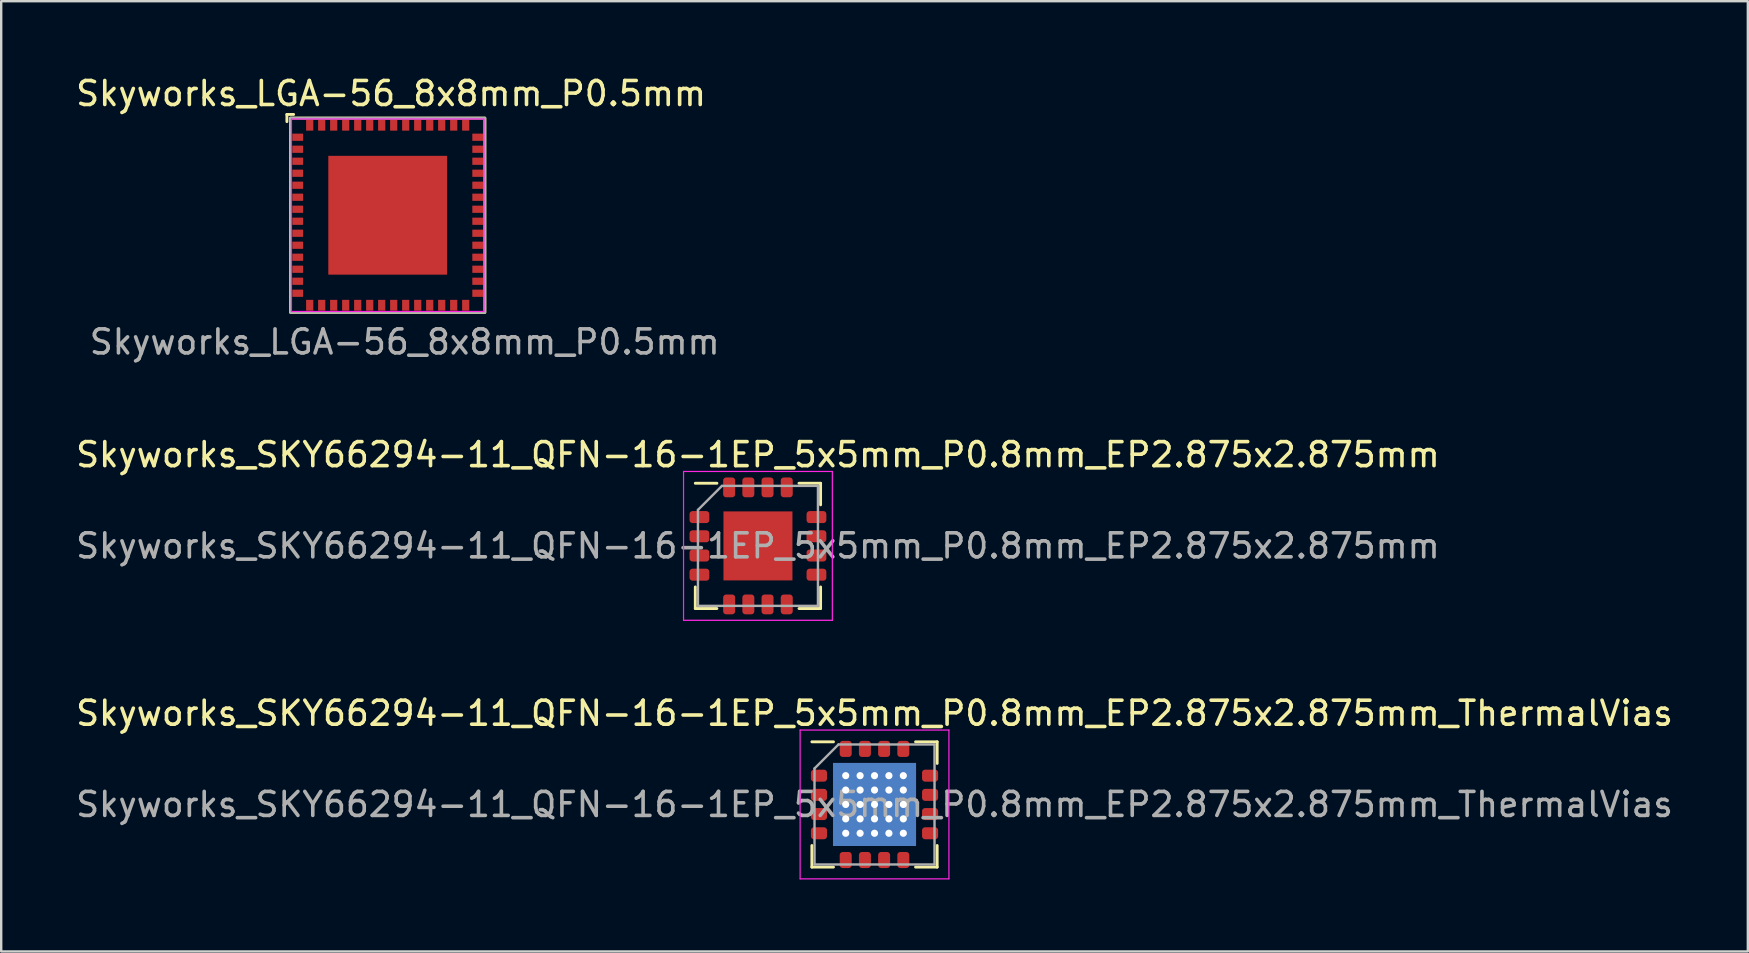
<source format=kicad_pcb>
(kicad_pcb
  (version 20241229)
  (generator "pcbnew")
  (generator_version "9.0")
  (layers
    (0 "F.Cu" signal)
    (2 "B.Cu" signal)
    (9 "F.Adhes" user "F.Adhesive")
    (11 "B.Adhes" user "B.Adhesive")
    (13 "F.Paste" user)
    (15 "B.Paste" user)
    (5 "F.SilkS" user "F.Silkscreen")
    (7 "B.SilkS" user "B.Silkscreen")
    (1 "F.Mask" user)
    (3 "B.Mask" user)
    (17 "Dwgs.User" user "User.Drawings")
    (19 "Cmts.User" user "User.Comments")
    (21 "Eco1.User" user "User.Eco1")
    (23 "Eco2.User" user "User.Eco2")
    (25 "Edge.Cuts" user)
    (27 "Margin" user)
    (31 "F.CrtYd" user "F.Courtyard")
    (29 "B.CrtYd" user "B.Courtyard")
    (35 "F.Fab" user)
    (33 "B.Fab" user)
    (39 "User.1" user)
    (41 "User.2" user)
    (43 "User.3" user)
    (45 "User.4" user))
  (footprint "Skyworks_SKY66294-11_QFN-16-1EP_5x5mm_P0.8mm_EP2.875x2.875mm_ThermalVias"
    (layer "F.Cu")
    (at 33.387 30.468)
    (property "Reference" "Skyworks_SKY66294-11_QFN-16-1EP_5x5mm_P0.8mm_EP2.875x2.875mm_ThermalVias" (at 0 -3.8 0) (layer "F.SilkS") (effects (font (size 1 1) (thickness 0.15))))
    (attr smd)
    (fp_line (start -2.61 2.61) (end -2.61 1.71) (stroke (width 0.12) (type solid)) (layer "F.SilkS"))
    (fp_line (start -1.71 -2.61) (end -2.61 -2.61) (stroke (width 0.12) (type solid)) (layer "F.SilkS"))
    (fp_line (start -1.71 2.61) (end -2.61 2.61) (stroke (width 0.12) (type solid)) (layer "F.SilkS"))
    (fp_line (start 1.71 -2.61) (end 2.61 -2.61) (stroke (width 0.12) (type solid)) (layer "F.SilkS"))
    (fp_line (start 1.71 2.61) (end 2.61 2.61) (stroke (width 0.12) (type solid)) (layer "F.SilkS"))
    (fp_line (start 2.61 -2.61) (end 2.61 -1.71) (stroke (width 0.12) (type solid)) (layer "F.SilkS"))
    (fp_line (start 2.61 2.61) (end 2.61 1.71) (stroke (width 0.12) (type solid)) (layer "F.SilkS"))
    (fp_line (start -3.1 -3.1) (end -3.1 3.1) (stroke (width 0.05) (type solid)) (layer "F.CrtYd"))
    (fp_line (start -3.1 3.1) (end 3.1 3.1) (stroke (width 0.05) (type solid)) (layer "F.CrtYd"))
    (fp_line (start 3.1 -3.1) (end -3.1 -3.1) (stroke (width 0.05) (type solid)) (layer "F.CrtYd"))
    (fp_line (start 3.1 3.1) (end 3.1 -3.1) (stroke (width 0.05) (type solid)) (layer "F.CrtYd"))
    (fp_line (start -2.5 -1.5) (end -1.5 -2.5) (stroke (width 0.1) (type solid)) (layer "F.Fab"))
    (fp_line (start -2.5 2.5) (end -2.5 -1.5) (stroke (width 0.1) (type solid)) (layer "F.Fab"))
    (fp_line (start -1.5 -2.5) (end 2.5 -2.5) (stroke (width 0.1) (type solid)) (layer "F.Fab"))
    (fp_line (start 2.5 -2.5) (end 2.5 2.5) (stroke (width 0.1) (type solid)) (layer "F.Fab"))
    (fp_line (start 2.5 2.5) (end -2.5 2.5) (stroke (width 0.1) (type solid)) (layer "F.Fab"))
    (fp_text user "${REFERENCE}" (at 0 0 0) (layer "F.Fab") (effects (font (size 1 1) (thickness 0.15))))
    (pad "" smd roundrect (at -0.96 -0.96) (size 0.86 0.86) (layers "F.Paste") (roundrect_rratio 0.25))
    (pad "" smd roundrect (at -0.96 0) (size 0.86 0.86) (layers "F.Paste") (roundrect_rratio 0.25))
    (pad "" smd roundrect (at -0.96 0.96) (size 0.86 0.86) (layers "F.Paste") (roundrect_rratio 0.25))
    (pad "" smd roundrect (at 0 -0.96) (size 0.86 0.86) (layers "F.Paste") (roundrect_rratio 0.25))
    (pad "" smd roundrect (at 0 0) (size 0.86 0.86) (layers "F.Paste") (roundrect_rratio 0.25))
    (pad "" smd roundrect (at 0 0.96) (size 0.86 0.86) (layers "F.Paste") (roundrect_rratio 0.25))
    (pad "" smd roundrect (at 0.96 -0.96) (size 0.86 0.86) (layers "F.Paste") (roundrect_rratio 0.25))
    (pad "" smd roundrect (at 0.96 0) (size 0.86 0.86) (layers "F.Paste") (roundrect_rratio 0.25))
    (pad "" smd roundrect (at 0.96 0.96) (size 0.86 0.86) (layers "F.Paste") (roundrect_rratio 0.25))
    (pad "1" smd roundrect (at -2.315 -1.2) (size 0.67 0.5) (layers "F.Cu" "F.Mask" "F.Paste") (roundrect_rratio 0.25))
    (pad "2" smd roundrect (at -2.315 -0.4) (size 0.67 0.5) (layers "F.Cu" "F.Mask" "F.Paste") (roundrect_rratio 0.25))
    (pad "3" smd roundrect (at -2.315 0.4) (size 0.67 0.5) (layers "F.Cu" "F.Mask" "F.Paste") (roundrect_rratio 0.25))
    (pad "4" smd roundrect (at -2.315 1.2) (size 0.67 0.5) (layers "F.Cu" "F.Mask" "F.Paste") (roundrect_rratio 0.25))
    (pad "5" smd roundrect (at -1.2 2.315) (size 0.5 0.67) (layers "F.Cu" "F.Mask" "F.Paste") (roundrect_rratio 0.25))
    (pad "6" smd roundrect (at -0.4 2.315) (size 0.5 0.67) (layers "F.Cu" "F.Mask" "F.Paste") (roundrect_rratio 0.25))
    (pad "7" smd roundrect (at 0.4 2.315) (size 0.5 0.67) (layers "F.Cu" "F.Mask" "F.Paste") (roundrect_rratio 0.25))
    (pad "8" smd roundrect (at 1.2 2.315) (size 0.5 0.67) (layers "F.Cu" "F.Mask" "F.Paste") (roundrect_rratio 0.25))
    (pad "9" smd roundrect (at 2.315 1.2) (size 0.67 0.5) (layers "F.Cu" "F.Mask" "F.Paste") (roundrect_rratio 0.25))
    (pad "10" smd roundrect (at 2.315 0.4) (size 0.67 0.5) (layers "F.Cu" "F.Mask" "F.Paste") (roundrect_rratio 0.25))
    (pad "11" smd roundrect (at 2.315 -0.4) (size 0.67 0.5) (layers "F.Cu" "F.Mask" "F.Paste") (roundrect_rratio 0.25))
    (pad "12" smd roundrect (at 2.315 -1.2) (size 0.67 0.5) (layers "F.Cu" "F.Mask" "F.Paste") (roundrect_rratio 0.25))
    (pad "13" smd roundrect (at 1.2 -2.315) (size 0.5 0.67) (layers "F.Cu" "F.Mask" "F.Paste") (roundrect_rratio 0.25))
    (pad "14" smd roundrect (at 0.4 -2.315) (size 0.5 0.67) (layers "F.Cu" "F.Mask" "F.Paste") (roundrect_rratio 0.25))
    (pad "15" smd roundrect (at -0.4 -2.315) (size 0.5 0.67) (layers "F.Cu" "F.Mask" "F.Paste") (roundrect_rratio 0.25))
    (pad "16" smd roundrect (at -1.2 -2.315) (size 0.5 0.67) (layers "F.Cu" "F.Mask" "F.Paste") (roundrect_rratio 0.25))
    (pad "17" thru_hole circle (at -1.2 -1.2) (size 0.6 0.6) (drill 0.3) (layers "*.Cu"))
    (pad "17" thru_hole circle (at -1.2 -0.6) (size 0.6 0.6) (drill 0.3) (layers "*.Cu"))
    (pad "17" thru_hole circle (at -1.2 0) (size 0.6 0.6) (drill 0.3) (layers "*.Cu"))
    (pad "17" thru_hole circle (at -1.2 0.6) (size 0.6 0.6) (drill 0.3) (layers "*.Cu"))
    (pad "17" thru_hole circle (at -1.2 1.2) (size 0.6 0.6) (drill 0.3) (layers "*.Cu"))
    (pad "17" thru_hole circle (at -0.6 -1.2) (size 0.6 0.6) (drill 0.3) (layers "*.Cu"))
    (pad "17" thru_hole circle (at -0.6 -0.6) (size 0.6 0.6) (drill 0.3) (layers "*.Cu"))
    (pad "17" thru_hole circle (at -0.6 0) (size 0.6 0.6) (drill 0.3) (layers "*.Cu"))
    (pad "17" thru_hole circle (at -0.6 0.6) (size 0.6 0.6) (drill 0.3) (layers "*.Cu"))
    (pad "17" thru_hole circle (at -0.6 1.2) (size 0.6 0.6) (drill 0.3) (layers "*.Cu"))
    (pad "17" thru_hole circle (at 0 -1.2) (size 0.6 0.6) (drill 0.3) (layers "*.Cu"))
    (pad "17" thru_hole circle (at 0 -0.6) (size 0.6 0.6) (drill 0.3) (layers "*.Cu"))
    (pad "17" thru_hole circle (at 0 0) (size 0.6 0.6) (drill 0.3) (layers "*.Cu"))
    (pad "17" smd rect (at 0 0) (size 3.46 3.46) (layers "F.Cu" "F.Mask"))
    (pad "17" smd rect (at 0 0) (size 3.46 3.46) (layers "B.Cu"))
    (pad "17" thru_hole circle (at 0 0.6) (size 0.6 0.6) (drill 0.3) (layers "*.Cu"))
    (pad "17" thru_hole circle (at 0 1.2) (size 0.6 0.6) (drill 0.3) (layers "*.Cu"))
    (pad "17" thru_hole circle (at 0.6 -1.2) (size 0.6 0.6) (drill 0.3) (layers "*.Cu"))
    (pad "17" thru_hole circle (at 0.6 -0.6) (size 0.6 0.6) (drill 0.3) (layers "*.Cu"))
    (pad "17" thru_hole circle (at 0.6 0) (size 0.6 0.6) (drill 0.3) (layers "*.Cu"))
    (pad "17" thru_hole circle (at 0.6 0.6) (size 0.6 0.6) (drill 0.3) (layers "*.Cu"))
    (pad "17" thru_hole circle (at 0.6 1.2) (size 0.6 0.6) (drill 0.3) (layers "*.Cu"))
    (pad "17" thru_hole circle (at 1.2 -1.2) (size 0.6 0.6) (drill 0.3) (property pad_prop_heatsink) (layers "*.Cu"))
    (pad "17" thru_hole circle (at 1.2 -0.6) (size 0.6 0.6) (drill 0.3) (layers "*.Cu"))
    (pad "17" thru_hole circle (at 1.2 0) (size 0.6 0.6) (drill 0.3) (layers "*.Cu"))
    (pad "17" thru_hole circle (at 1.2 0.6) (size 0.6 0.6) (drill 0.3) (layers "*.Cu"))
    (pad "17" thru_hole circle (at 1.2 1.2) (size 0.6 0.6) (drill 0.3) (layers "*.Cu")))
  (footprint "Skyworks_LGA-56_8x8mm_P0.5mm"
    (layer "F.Cu")
    (at 13.104 5.918)
    (property "Reference" "Skyworks_LGA-56_8x8mm_P0.5mm" (at 0.14 -5.07 0) (unlocked yes) (layer "F.SilkS") (effects (font (size 1 1) (thickness 0.15))))
    (attr smd)
    (fp_line (start -4.2 -4.2) (end -3.92 -4.2) (stroke (width 0.12) (type default)) (layer "F.SilkS"))
    (fp_line (start -4.2 -3.9) (end -4.2 -4.2) (stroke (width 0.12) (type default)) (layer "F.SilkS"))
    (fp_rect (start -4.05 -4.05) (end 4.05 4.05) (stroke (width 0.12) (type default)) (fill no) (layer "F.SilkS"))
    (fp_rect (start -4.01 -4.01) (end 4.01 4.01) (stroke (width 0.05) (type default)) (fill no) (layer "F.CrtYd"))
    (fp_rect (start -4.05 -4.05) (end 4.05 4.05) (stroke (width 0.1) (type default)) (fill no) (layer "F.Fab"))
    (fp_text user "${REFERENCE}" (at 0.71 5.28 0) (unlocked yes) (layer "F.Fab") (effects (font (size 1 1) (thickness 0.15))))
    (pad "1" smd rect (at -3.75 -3.25 90) (size 0.3 0.45) (layers "F.Cu" "F.Mask" "F.Paste"))
    (pad "2" smd rect (at -3.75 -2.75 90) (size 0.3 0.45) (layers "F.Cu" "F.Mask" "F.Paste"))
    (pad "3" smd rect (at -3.75 -2.25 270) (size 0.3 0.45) (layers "F.Cu" "F.Mask" "F.Paste"))
    (pad "4" smd rect (at -3.75 -1.75 90) (size 0.3 0.45) (layers "F.Cu" "F.Mask" "F.Paste"))
    (pad "5" smd rect (at -3.75 -1.25 90) (size 0.3 0.45) (layers "F.Cu" "F.Mask" "F.Paste"))
    (pad "6" smd rect (at -3.75 -0.75 90) (size 0.3 0.45) (layers "F.Cu" "F.Mask" "F.Paste"))
    (pad "7" smd rect (at -3.75 -0.25 90) (size 0.3 0.45) (layers "F.Cu" "F.Mask" "F.Paste"))
    (pad "8" smd rect (at -3.75 0.25 90) (size 0.3 0.45) (layers "F.Cu" "F.Mask" "F.Paste"))
    (pad "9" smd rect (at -3.75 0.75 90) (size 0.3 0.45) (layers "F.Cu" "F.Mask" "F.Paste"))
    (pad "10" smd rect (at -3.75 1.25 90) (size 0.3 0.45) (layers "F.Cu" "F.Mask" "F.Paste"))
    (pad "11" smd rect (at -3.75 1.75 90) (size 0.3 0.45) (layers "F.Cu" "F.Mask" "F.Paste"))
    (pad "12" smd rect (at -3.75 2.25 90) (size 0.3 0.45) (layers "F.Cu" "F.Mask" "F.Paste"))
    (pad "13" smd rect (at -3.75 2.75 90) (size 0.3 0.45) (layers "F.Cu" "F.Mask" "F.Paste"))
    (pad "14" smd rect (at -3.75 3.25 270) (size 0.3 0.45) (layers "F.Cu" "F.Mask" "F.Paste"))
    (pad "15" smd rect (at -3.25 3.75 180) (size 0.3 0.45) (layers "F.Cu" "F.Mask" "F.Paste"))
    (pad "16" smd rect (at -2.75 3.75 180) (size 0.3 0.45) (layers "F.Cu" "F.Mask" "F.Paste"))
    (pad "17" smd rect (at -2.25 3.75 180) (size 0.3 0.45) (layers "F.Cu" "F.Mask" "F.Paste"))
    (pad "18" smd rect (at -1.75 3.75 180) (size 0.3 0.45) (layers "F.Cu" "F.Mask" "F.Paste"))
    (pad "19" smd rect (at -1.25 3.75 180) (size 0.3 0.45) (layers "F.Cu" "F.Mask" "F.Paste"))
    (pad "20" smd rect (at -0.75 3.75 180) (size 0.3 0.45) (layers "F.Cu" "F.Mask" "F.Paste"))
    (pad "21" smd rect (at -0.25 3.75 180) (size 0.3 0.45) (layers "F.Cu" "F.Mask" "F.Paste"))
    (pad "22" smd rect (at 0.25 3.75 180) (size 0.3 0.45) (layers "F.Cu" "F.Mask" "F.Paste"))
    (pad "23" smd rect (at 0.75 3.75 180) (size 0.3 0.45) (layers "F.Cu" "F.Mask" "F.Paste"))
    (pad "24" smd rect (at 1.25 3.75 180) (size 0.3 0.45) (layers "F.Cu" "F.Mask" "F.Paste"))
    (pad "25" smd rect (at 1.75 3.75 180) (size 0.3 0.45) (layers "F.Cu" "F.Mask" "F.Paste"))
    (pad "26" smd rect (at 2.25 3.75 180) (size 0.3 0.45) (layers "F.Cu" "F.Mask" "F.Paste"))
    (pad "27" smd rect (at 2.75 3.75 180) (size 0.3 0.45) (layers "F.Cu" "F.Mask" "F.Paste"))
    (pad "28" smd rect (at 3.25 3.75) (size 0.3 0.45) (layers "F.Cu" "F.Mask" "F.Paste"))
    (pad "29" smd rect (at 3.75 3.25 270) (size 0.3 0.45) (layers "F.Cu" "F.Mask" "F.Paste"))
    (pad "30" smd rect (at 3.75 2.75 270) (size 0.3 0.45) (layers "F.Cu" "F.Mask" "F.Paste"))
    (pad "31" smd rect (at 3.75 2.25 270) (size 0.3 0.45) (layers "F.Cu" "F.Mask" "F.Paste"))
    (pad "32" smd rect (at 3.75 1.75 270) (size 0.3 0.45) (layers "F.Cu" "F.Mask" "F.Paste"))
    (pad "33" smd rect (at 3.75 1.25 270) (size 0.3 0.45) (layers "F.Cu" "F.Mask" "F.Paste"))
    (pad "34" smd rect (at 3.75 0.75 270) (size 0.3 0.45) (layers "F.Cu" "F.Mask" "F.Paste"))
    (pad "35" smd rect (at 3.75 0.25 270) (size 0.3 0.45) (layers "F.Cu" "F.Mask" "F.Paste"))
    (pad "36" smd rect (at 3.75 -0.25 270) (size 0.3 0.45) (layers "F.Cu" "F.Mask" "F.Paste"))
    (pad "37" smd rect (at 3.75 -0.75 270) (size 0.3 0.45) (layers "F.Cu" "F.Mask" "F.Paste"))
    (pad "38" smd rect (at 3.75 -1.25 270) (size 0.3 0.45) (layers "F.Cu" "F.Mask" "F.Paste"))
    (pad "39" smd rect (at 3.75 -1.75 270) (size 0.3 0.45) (layers "F.Cu" "F.Mask" "F.Paste"))
    (pad "40" smd rect (at 3.75 -2.25 270) (size 0.3 0.45) (layers "F.Cu" "F.Mask" "F.Paste"))
    (pad "41" smd rect (at 3.75 -2.75 270) (size 0.3 0.45) (layers "F.Cu" "F.Mask" "F.Paste"))
    (pad "42" smd rect (at 3.75 -3.25 90) (size 0.3 0.45) (layers "F.Cu" "F.Mask" "F.Paste"))
    (pad "43" smd rect (at 3.25 -3.75) (size 0.3 0.45) (layers "F.Cu" "F.Mask" "F.Paste"))
    (pad "44" smd rect (at 2.75 -3.75) (size 0.3 0.45) (layers "F.Cu" "F.Mask" "F.Paste"))
    (pad "45" smd rect (at 2.25 -3.75) (size 0.3 0.45) (layers "F.Cu" "F.Mask" "F.Paste"))
    (pad "46" smd rect (at 1.75 -3.75) (size 0.3 0.45) (layers "F.Cu" "F.Mask" "F.Paste"))
    (pad "47" smd rect (at 1.25 -3.75) (size 0.3 0.45) (layers "F.Cu" "F.Mask" "F.Paste"))
    (pad "48" smd rect (at 0.75 -3.75) (size 0.3 0.45) (layers "F.Cu" "F.Mask" "F.Paste"))
    (pad "49" smd rect (at 0.25 -3.75) (size 0.3 0.45) (layers "F.Cu" "F.Mask" "F.Paste"))
    (pad "50" smd rect (at -0.25 -3.75) (size 0.3 0.45) (layers "F.Cu" "F.Mask" "F.Paste"))
    (pad "51" smd rect (at -0.75 -3.75) (size 0.3 0.45) (layers "F.Cu" "F.Mask" "F.Paste"))
    (pad "52" smd rect (at -1.25 -3.75) (size 0.3 0.45) (layers "F.Cu" "F.Mask" "F.Paste"))
    (pad "53" smd rect (at -1.75 -3.75) (size 0.3 0.45) (layers "F.Cu" "F.Mask" "F.Paste"))
    (pad "54" smd rect (at -2.25 -3.75) (size 0.3 0.45) (layers "F.Cu" "F.Mask" "F.Paste"))
    (pad "55" smd rect (at -2.75 -3.75) (size 0.3 0.45) (layers "F.Cu" "F.Mask" "F.Paste"))
    (pad "56" smd rect (at -3.25 -3.75) (size 0.3 0.45) (layers "F.Cu" "F.Mask" "F.Paste"))
    (pad "57" smd rect (at 0 0 90) (size 4.95 4.95) (layers "F.Cu" "F.Mask" "F.Paste")))
  (footprint "Skyworks_SKY66294-11_QFN-16-1EP_5x5mm_P0.8mm_EP2.875x2.875mm"
    (layer "F.Cu")
    (at 28.53 19.695)
    (property "Reference" "Skyworks_SKY66294-11_QFN-16-1EP_5x5mm_P0.8mm_EP2.875x2.875mm" (at 0 -3.8 0) (layer "F.SilkS") (effects (font (size 1 1) (thickness 0.15))))
    (attr smd)
    (fp_line (start -2.61 2.61) (end -2.61 1.71) (stroke (width 0.12) (type solid)) (layer "F.SilkS"))
    (fp_line (start -1.71 -2.61) (end -2.61 -2.61) (stroke (width 0.12) (type solid)) (layer "F.SilkS"))
    (fp_line (start -1.71 2.61) (end -2.61 2.61) (stroke (width 0.12) (type solid)) (layer "F.SilkS"))
    (fp_line (start 1.71 -2.61) (end 2.61 -2.61) (stroke (width 0.12) (type solid)) (layer "F.SilkS"))
    (fp_line (start 1.71 2.61) (end 2.61 2.61) (stroke (width 0.12) (type solid)) (layer "F.SilkS"))
    (fp_line (start 2.61 -2.61) (end 2.61 -1.71) (stroke (width 0.12) (type solid)) (layer "F.SilkS"))
    (fp_line (start 2.61 2.61) (end 2.61 1.71) (stroke (width 0.12) (type solid)) (layer "F.SilkS"))
    (fp_line (start -3.1 -3.1) (end -3.1 3.1) (stroke (width 0.05) (type solid)) (layer "F.CrtYd"))
    (fp_line (start -3.1 3.1) (end 3.1 3.1) (stroke (width 0.05) (type solid)) (layer "F.CrtYd"))
    (fp_line (start 3.1 -3.1) (end -3.1 -3.1) (stroke (width 0.05) (type solid)) (layer "F.CrtYd"))
    (fp_line (start 3.1 3.1) (end 3.1 -3.1) (stroke (width 0.05) (type solid)) (layer "F.CrtYd"))
    (fp_line (start -2.5 -1.5) (end -1.5 -2.5) (stroke (width 0.1) (type solid)) (layer "F.Fab"))
    (fp_line (start -2.5 2.5) (end -2.5 -1.5) (stroke (width 0.1) (type solid)) (layer "F.Fab"))
    (fp_line (start -1.5 -2.5) (end 2.5 -2.5) (stroke (width 0.1) (type solid)) (layer "F.Fab"))
    (fp_line (start 2.5 -2.5) (end 2.5 2.5) (stroke (width 0.1) (type solid)) (layer "F.Fab"))
    (fp_line (start 2.5 2.5) (end -2.5 2.5) (stroke (width 0.1) (type solid)) (layer "F.Fab"))
    (fp_text user "${REFERENCE}" (at 0 0 0) (layer "F.Fab") (effects (font (size 1 1) (thickness 0.15))))
    (pad "" smd roundrect (at -0.96 -0.96) (size 0.86 0.86) (layers "F.Paste") (roundrect_rratio 0.25))
    (pad "" smd roundrect (at -0.96 0) (size 0.86 0.86) (layers "F.Paste") (roundrect_rratio 0.25))
    (pad "" smd roundrect (at -0.96 0.96) (size 0.86 0.86) (layers "F.Paste") (roundrect_rratio 0.25))
    (pad "" smd roundrect (at 0 -0.96) (size 0.86 0.86) (layers "F.Paste") (roundrect_rratio 0.25))
    (pad "" smd roundrect (at 0 0) (size 0.86 0.86) (layers "F.Paste") (roundrect_rratio 0.25))
    (pad "" smd roundrect (at 0 0.96) (size 0.86 0.86) (layers "F.Paste") (roundrect_rratio 0.25))
    (pad "" smd roundrect (at 0.96 -0.96) (size 0.86 0.86) (layers "F.Paste") (roundrect_rratio 0.25))
    (pad "" smd roundrect (at 0.96 0) (size 0.86 0.86) (layers "F.Paste") (roundrect_rratio 0.25))
    (pad "" smd roundrect (at 0.96 0.96) (size 0.86 0.86) (layers "F.Paste") (roundrect_rratio 0.25))
    (pad "1" smd roundrect (at -2.438 -1.2) (size 0.825 0.5) (layers "F.Cu" "F.Mask" "F.Paste") (roundrect_rratio 0.25))
    (pad "2" smd roundrect (at -2.438 -0.4) (size 0.825 0.5) (layers "F.Cu" "F.Mask" "F.Paste") (roundrect_rratio 0.25))
    (pad "3" smd roundrect (at -2.438 0.4) (size 0.825 0.5) (layers "F.Cu" "F.Mask" "F.Paste") (roundrect_rratio 0.25))
    (pad "4" smd roundrect (at -2.438 1.2) (size 0.825 0.5) (layers "F.Cu" "F.Mask" "F.Paste") (roundrect_rratio 0.25))
    (pad "5" smd roundrect (at -1.2 2.438) (size 0.5 0.825) (layers "F.Cu" "F.Mask" "F.Paste") (roundrect_rratio 0.25))
    (pad "6" smd roundrect (at -0.4 2.438) (size 0.5 0.825) (layers "F.Cu" "F.Mask" "F.Paste") (roundrect_rratio 0.25))
    (pad "7" smd roundrect (at 0.4 2.438) (size 0.5 0.825) (layers "F.Cu" "F.Mask" "F.Paste") (roundrect_rratio 0.25))
    (pad "8" smd roundrect (at 1.2 2.438) (size 0.5 0.825) (layers "F.Cu" "F.Mask" "F.Paste") (roundrect_rratio 0.25))
    (pad "9" smd roundrect (at 2.438 1.2) (size 0.825 0.5) (layers "F.Cu" "F.Mask" "F.Paste") (roundrect_rratio 0.25))
    (pad "10" smd roundrect (at 2.438 0.4) (size 0.825 0.5) (layers "F.Cu" "F.Mask" "F.Paste") (roundrect_rratio 0.25))
    (pad "11" smd roundrect (at 2.438 -0.4) (size 0.825 0.5) (layers "F.Cu" "F.Mask" "F.Paste") (roundrect_rratio 0.25))
    (pad "12" smd roundrect (at 2.438 -1.2) (size 0.825 0.5) (layers "F.Cu" "F.Mask" "F.Paste") (roundrect_rratio 0.25))
    (pad "13" smd roundrect (at 1.2 -2.438) (size 0.5 0.825) (layers "F.Cu" "F.Mask" "F.Paste") (roundrect_rratio 0.25))
    (pad "14" smd roundrect (at 0.4 -2.438) (size 0.5 0.825) (layers "F.Cu" "F.Mask" "F.Paste") (roundrect_rratio 0.25))
    (pad "15" smd roundrect (at -0.4 -2.438) (size 0.5 0.825) (layers "F.Cu" "F.Mask" "F.Paste") (roundrect_rratio 0.25))
    (pad "16" smd roundrect (at -1.2 -2.438) (size 0.5 0.825) (layers "F.Cu" "F.Mask" "F.Paste") (roundrect_rratio 0.25))
    (pad "17" smd rect (at 0 0) (size 2.875 2.875) (layers "F.Cu" "F.Mask")))
  (gr_rect
    (start -3 -3)
    (end 69.774 36.593)
    (stroke (width 0.1) (type default))
    (fill no)
    (layer "Edge.Cuts")))
</source>
